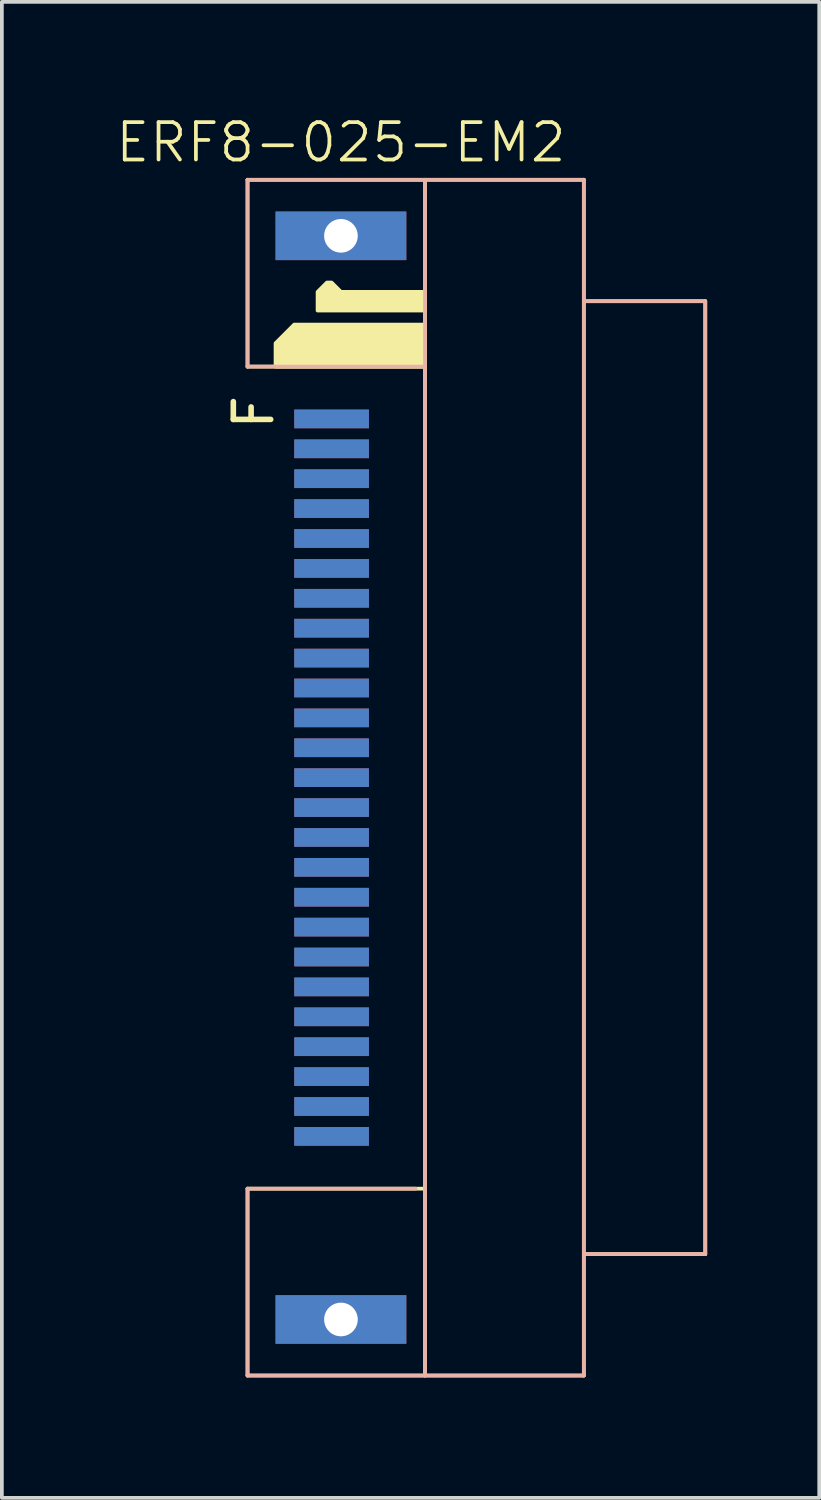
<source format=kicad_pcb>
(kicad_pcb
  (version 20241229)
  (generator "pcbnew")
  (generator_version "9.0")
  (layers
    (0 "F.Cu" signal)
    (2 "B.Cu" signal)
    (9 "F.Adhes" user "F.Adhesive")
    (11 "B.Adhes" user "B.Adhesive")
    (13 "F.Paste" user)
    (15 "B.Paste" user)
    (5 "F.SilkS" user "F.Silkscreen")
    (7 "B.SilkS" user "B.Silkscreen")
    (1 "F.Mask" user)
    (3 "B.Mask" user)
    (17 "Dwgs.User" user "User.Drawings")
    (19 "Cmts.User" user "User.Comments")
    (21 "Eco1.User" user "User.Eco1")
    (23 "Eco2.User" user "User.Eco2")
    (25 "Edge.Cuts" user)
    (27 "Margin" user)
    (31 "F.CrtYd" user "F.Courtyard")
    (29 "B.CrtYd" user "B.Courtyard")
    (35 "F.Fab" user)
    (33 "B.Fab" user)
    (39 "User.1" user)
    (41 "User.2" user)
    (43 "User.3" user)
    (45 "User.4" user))
  (footprint "ERF8-025-EM2"
    (layer "F.Cu")
    (at 8.324 17.761)
    (property "Reference" "ERF8-025-EM2" (at -2.25 -17 0) (unlocked yes) (layer "F.SilkS") (effects (font (size 1 1) (thickness 0.1))))
    (attr through_hole)
    (fp_line (start -4.75 -16) (end 4.25 -16) (stroke (width 0.1) (type default)) (layer "F.SilkS"))
    (fp_line (start -4.75 -11) (end -4.75 -16) (stroke (width 0.1) (type default)) (layer "F.SilkS"))
    (fp_line (start -4.75 -11) (end 0 -11) (stroke (width 0.1) (type default)) (layer "F.SilkS"))
    (fp_line (start -4.75 11) (end 0 11) (stroke (width 0.1) (type default)) (layer "F.SilkS"))
    (fp_line (start -4.75 16) (end -4.75 11) (stroke (width 0.1) (type default)) (layer "F.SilkS"))
    (fp_line (start -4.75 16) (end 4.25 16) (stroke (width 0.1) (type default)) (layer "F.SilkS"))
    (fp_line (start 0 -16) (end 0 16) (stroke (width 0.1) (type default)) (layer "F.SilkS"))
    (fp_line (start 4.25 -16) (end 4.25 16) (stroke (width 0.1) (type default)) (layer "F.SilkS"))
    (fp_line (start 7.5 -12.75) (end 4.25 -12.75) (stroke (width 0.1) (type default)) (layer "F.SilkS"))
    (fp_line (start 7.5 -12.75) (end 7.5 12.75) (stroke (width 0.1) (type default)) (layer "F.SilkS"))
    (fp_line (start 7.5 12.75) (end 4.25 12.75) (stroke (width 0.1) (type default)) (layer "F.SilkS"))
    (fp_poly (pts (xy 0 -11) (xy -4 -11) (xy -4 -11.625) (xy -3.5 -12.125) (xy 0 -12.125)) (stroke (width 0.1) (type solid)) (fill yes) (layer "F.SilkS"))
    (fp_poly (pts (xy 0 -13) (xy -2.25 -13) (xy -2.5 -13.25) (xy -2.625 -13.25) (xy -2.875 -13) (xy -2.875 -12.5) (xy 0 -12.5)) (stroke (width 0.1) (type solid)) (fill yes) (layer "F.SilkS"))
    (fp_line (start -4.75 -11) (end -4.75 -16) (stroke (width 0.1) (type default)) (layer "B.SilkS"))
    (fp_line (start -4.75 16) (end -4.75 11) (stroke (width 0.1) (type default)) (layer "B.SilkS"))
    (fp_line (start -0.25 11) (end -4.75 11) (stroke (width 0.1) (type default)) (layer "B.SilkS"))
    (fp_line (start 0 -16) (end 0 16) (stroke (width 0.1) (type default)) (layer "B.SilkS"))
    (fp_line (start 0 -11) (end -4.75 -11) (stroke (width 0.1) (type default)) (layer "B.SilkS"))
    (fp_line (start 4.25 -16) (end -4.75 -16) (stroke (width 0.1) (type default)) (layer "B.SilkS"))
    (fp_line (start 4.25 -16) (end 4.25 16) (stroke (width 0.1) (type default)) (layer "B.SilkS"))
    (fp_line (start 4.25 -12.75) (end 7.5 -12.75) (stroke (width 0.1) (type default)) (layer "B.SilkS"))
    (fp_line (start 4.25 12.75) (end 7.5 12.75) (stroke (width 0.1) (type default)) (layer "B.SilkS"))
    (fp_line (start 4.25 16) (end -4.75 16) (stroke (width 0.1) (type default)) (layer "B.SilkS"))
    (fp_line (start 7.5 -12.75) (end 7.5 12.75) (stroke (width 0.1) (type default)) (layer "B.SilkS"))
    (fp_poly (pts (xy 0 -16.25) (xy 0 16.25) (xy 0 -10.562) (xy -0.375 -10.938) (xy -4.25 -10.938) (xy -4.375 -11.062) (xy -4.375 -11.938) (xy -2.875 -13.438) (xy -2.5 -13.438) (xy -2.125 -13.062) (xy -0.375 -13.062) (xy 0 -13.438)) (stroke (width 0.05) (type solid)) (fill no) (layer "User.4"))
    (fp_text user "F" (at -4 -9.25 90) (unlocked yes) (layer "F.SilkS") (effects (font (size 1 1) (thickness 0.15)) (justify left bottom)))
    (pad "1" smd rect (at -2.5 -9.6) (size 2 0.5) (layers "F.Cu" "F.Mask" "F.Paste"))
    (pad "2" smd rect (at -2.5 -9.6) (size 2 0.5) (layers "B.Cu" "B.Mask" "B.Paste"))
    (pad "3" smd rect (at -2.5 -8.8) (size 2 0.5) (layers "F.Cu" "F.Mask" "F.Paste"))
    (pad "4" smd rect (at -2.5 -8.8) (size 2 0.5) (layers "B.Cu" "B.Mask" "B.Paste"))
    (pad "5" smd rect (at -2.5 -8) (size 2 0.5) (layers "F.Cu" "F.Mask" "F.Paste"))
    (pad "6" smd rect (at -2.5 -8) (size 2 0.5) (layers "B.Cu" "B.Mask" "B.Paste"))
    (pad "7" smd rect (at -2.5 -7.2) (size 2 0.5) (layers "F.Cu" "F.Mask" "F.Paste"))
    (pad "8" smd rect (at -2.5 -7.2) (size 2 0.5) (layers "B.Cu" "B.Mask" "B.Paste"))
    (pad "9" smd rect (at -2.5 -6.4) (size 2 0.5) (layers "F.Cu" "F.Mask" "F.Paste"))
    (pad "10" smd rect (at -2.5 -6.4) (size 2 0.5) (layers "B.Cu" "B.Mask" "B.Paste"))
    (pad "11" smd rect (at -2.5 -5.6) (size 2 0.5) (layers "F.Cu" "F.Mask" "F.Paste"))
    (pad "12" smd rect (at -2.5 -5.6) (size 2 0.5) (layers "B.Cu" "B.Mask" "B.Paste"))
    (pad "13" smd rect (at -2.5 -4.8) (size 2 0.5) (layers "F.Cu" "F.Mask" "F.Paste"))
    (pad "14" smd rect (at -2.5 -4.8) (size 2 0.5) (layers "B.Cu" "B.Mask" "B.Paste"))
    (pad "15" smd rect (at -2.5 -4) (size 2 0.5) (layers "F.Cu" "F.Mask" "F.Paste"))
    (pad "16" smd rect (at -2.5 -4) (size 2 0.5) (layers "B.Cu" "B.Mask" "B.Paste"))
    (pad "17" smd rect (at -2.5 -3.2) (size 2 0.5) (layers "F.Cu" "F.Mask" "F.Paste"))
    (pad "18" smd rect (at -2.5 -3.2) (size 2 0.5) (layers "B.Cu" "B.Mask" "B.Paste"))
    (pad "19" smd rect (at -2.5 -2.4) (size 2 0.5) (layers "F.Cu" "F.Mask" "F.Paste"))
    (pad "20" smd rect (at -2.5 -2.4) (size 2 0.5) (layers "B.Cu" "B.Mask" "B.Paste"))
    (pad "21" smd rect (at -2.5 -1.6) (size 2 0.5) (layers "F.Cu" "F.Mask" "F.Paste"))
    (pad "22" smd rect (at -2.5 -1.6) (size 2 0.5) (layers "B.Cu" "B.Mask" "B.Paste"))
    (pad "23" smd rect (at -2.5 -0.8) (size 2 0.5) (layers "F.Cu" "F.Mask" "F.Paste"))
    (pad "24" smd rect (at -2.5 -0.8) (size 2 0.5) (layers "B.Cu" "B.Mask" "B.Paste"))
    (pad "25" smd rect (at -2.5 0) (size 2 0.5) (layers "F.Cu" "F.Mask" "F.Paste"))
    (pad "26" smd rect (at -2.5 0) (size 2 0.5) (layers "B.Cu" "B.Mask" "B.Paste"))
    (pad "27" smd rect (at -2.5 0.8) (size 2 0.5) (layers "F.Cu" "F.Mask" "F.Paste"))
    (pad "28" smd rect (at -2.5 0.8) (size 2 0.5) (layers "B.Cu" "B.Mask" "B.Paste"))
    (pad "29" smd rect (at -2.5 1.6) (size 2 0.5) (layers "F.Cu" "F.Mask" "F.Paste"))
    (pad "30" smd rect (at -2.5 1.6) (size 2 0.5) (layers "B.Cu" "B.Mask" "B.Paste"))
    (pad "31" smd rect (at -2.5 2.4) (size 2 0.5) (layers "F.Cu" "F.Mask" "F.Paste"))
    (pad "32" smd rect (at -2.5 2.4) (size 2 0.5) (layers "B.Cu" "B.Mask" "B.Paste"))
    (pad "33" smd rect (at -2.5 3.2) (size 2 0.5) (layers "F.Cu" "F.Mask" "F.Paste"))
    (pad "34" smd rect (at -2.5 3.2) (size 2 0.5) (layers "B.Cu" "B.Mask" "B.Paste"))
    (pad "35" smd rect (at -2.5 4) (size 2 0.5) (layers "F.Cu" "F.Mask" "F.Paste"))
    (pad "36" smd rect (at -2.5 4) (size 2 0.5) (layers "B.Cu" "B.Mask" "B.Paste"))
    (pad "37" smd rect (at -2.5 4.8) (size 2 0.5) (layers "F.Cu" "F.Mask" "F.Paste"))
    (pad "38" smd rect (at -2.5 4.8) (size 2 0.5) (layers "B.Cu" "B.Mask" "B.Paste"))
    (pad "39" smd rect (at -2.5 5.6) (size 2 0.5) (layers "F.Cu" "F.Mask" "F.Paste"))
    (pad "40" smd rect (at -2.5 5.6) (size 2 0.5) (layers "B.Cu" "B.Mask" "B.Paste"))
    (pad "41" smd rect (at -2.5 6.4) (size 2 0.5) (layers "F.Cu" "F.Mask" "F.Paste"))
    (pad "42" smd rect (at -2.5 6.4) (size 2 0.5) (layers "B.Cu" "B.Mask" "B.Paste"))
    (pad "43" smd rect (at -2.5 7.2) (size 2 0.5) (layers "F.Cu" "F.Mask" "F.Paste"))
    (pad "44" smd rect (at -2.5 7.2) (size 2 0.5) (layers "B.Cu" "B.Mask" "B.Paste"))
    (pad "45" smd rect (at -2.5 8) (size 2 0.5) (layers "F.Cu" "F.Mask" "F.Paste"))
    (pad "46" smd rect (at -2.5 8) (size 2 0.5) (layers "B.Cu" "B.Mask" "B.Paste"))
    (pad "47" smd rect (at -2.5 8.8) (size 2 0.5) (layers "F.Cu" "F.Mask" "F.Paste"))
    (pad "48" smd rect (at -2.5 8.8) (size 2 0.5) (layers "B.Cu" "B.Mask" "B.Paste"))
    (pad "49" smd rect (at -2.5 9.6) (size 2 0.5) (layers "F.Cu" "F.Mask" "F.Paste"))
    (pad "50" smd rect (at -2.5 9.6) (size 2 0.5) (layers "B.Cu" "B.Mask" "B.Paste"))
    (pad "G1" thru_hole rect (at -2.25 14.5 180) (size 3.5 1.3) (drill 0.9) (layers "*.Cu" "*.Mask"))
    (pad "G2" thru_hole rect (at -2.25 -14.5 180) (size 3.5 1.3) (drill 0.9) (layers "*.Cu" "*.Mask")))
  (gr_rect
    (start -3 -3)
    (end 18.874 37.035)
    (stroke (width 0.1) (type default))
    (fill no)
    (layer "Edge.Cuts")))
</source>
